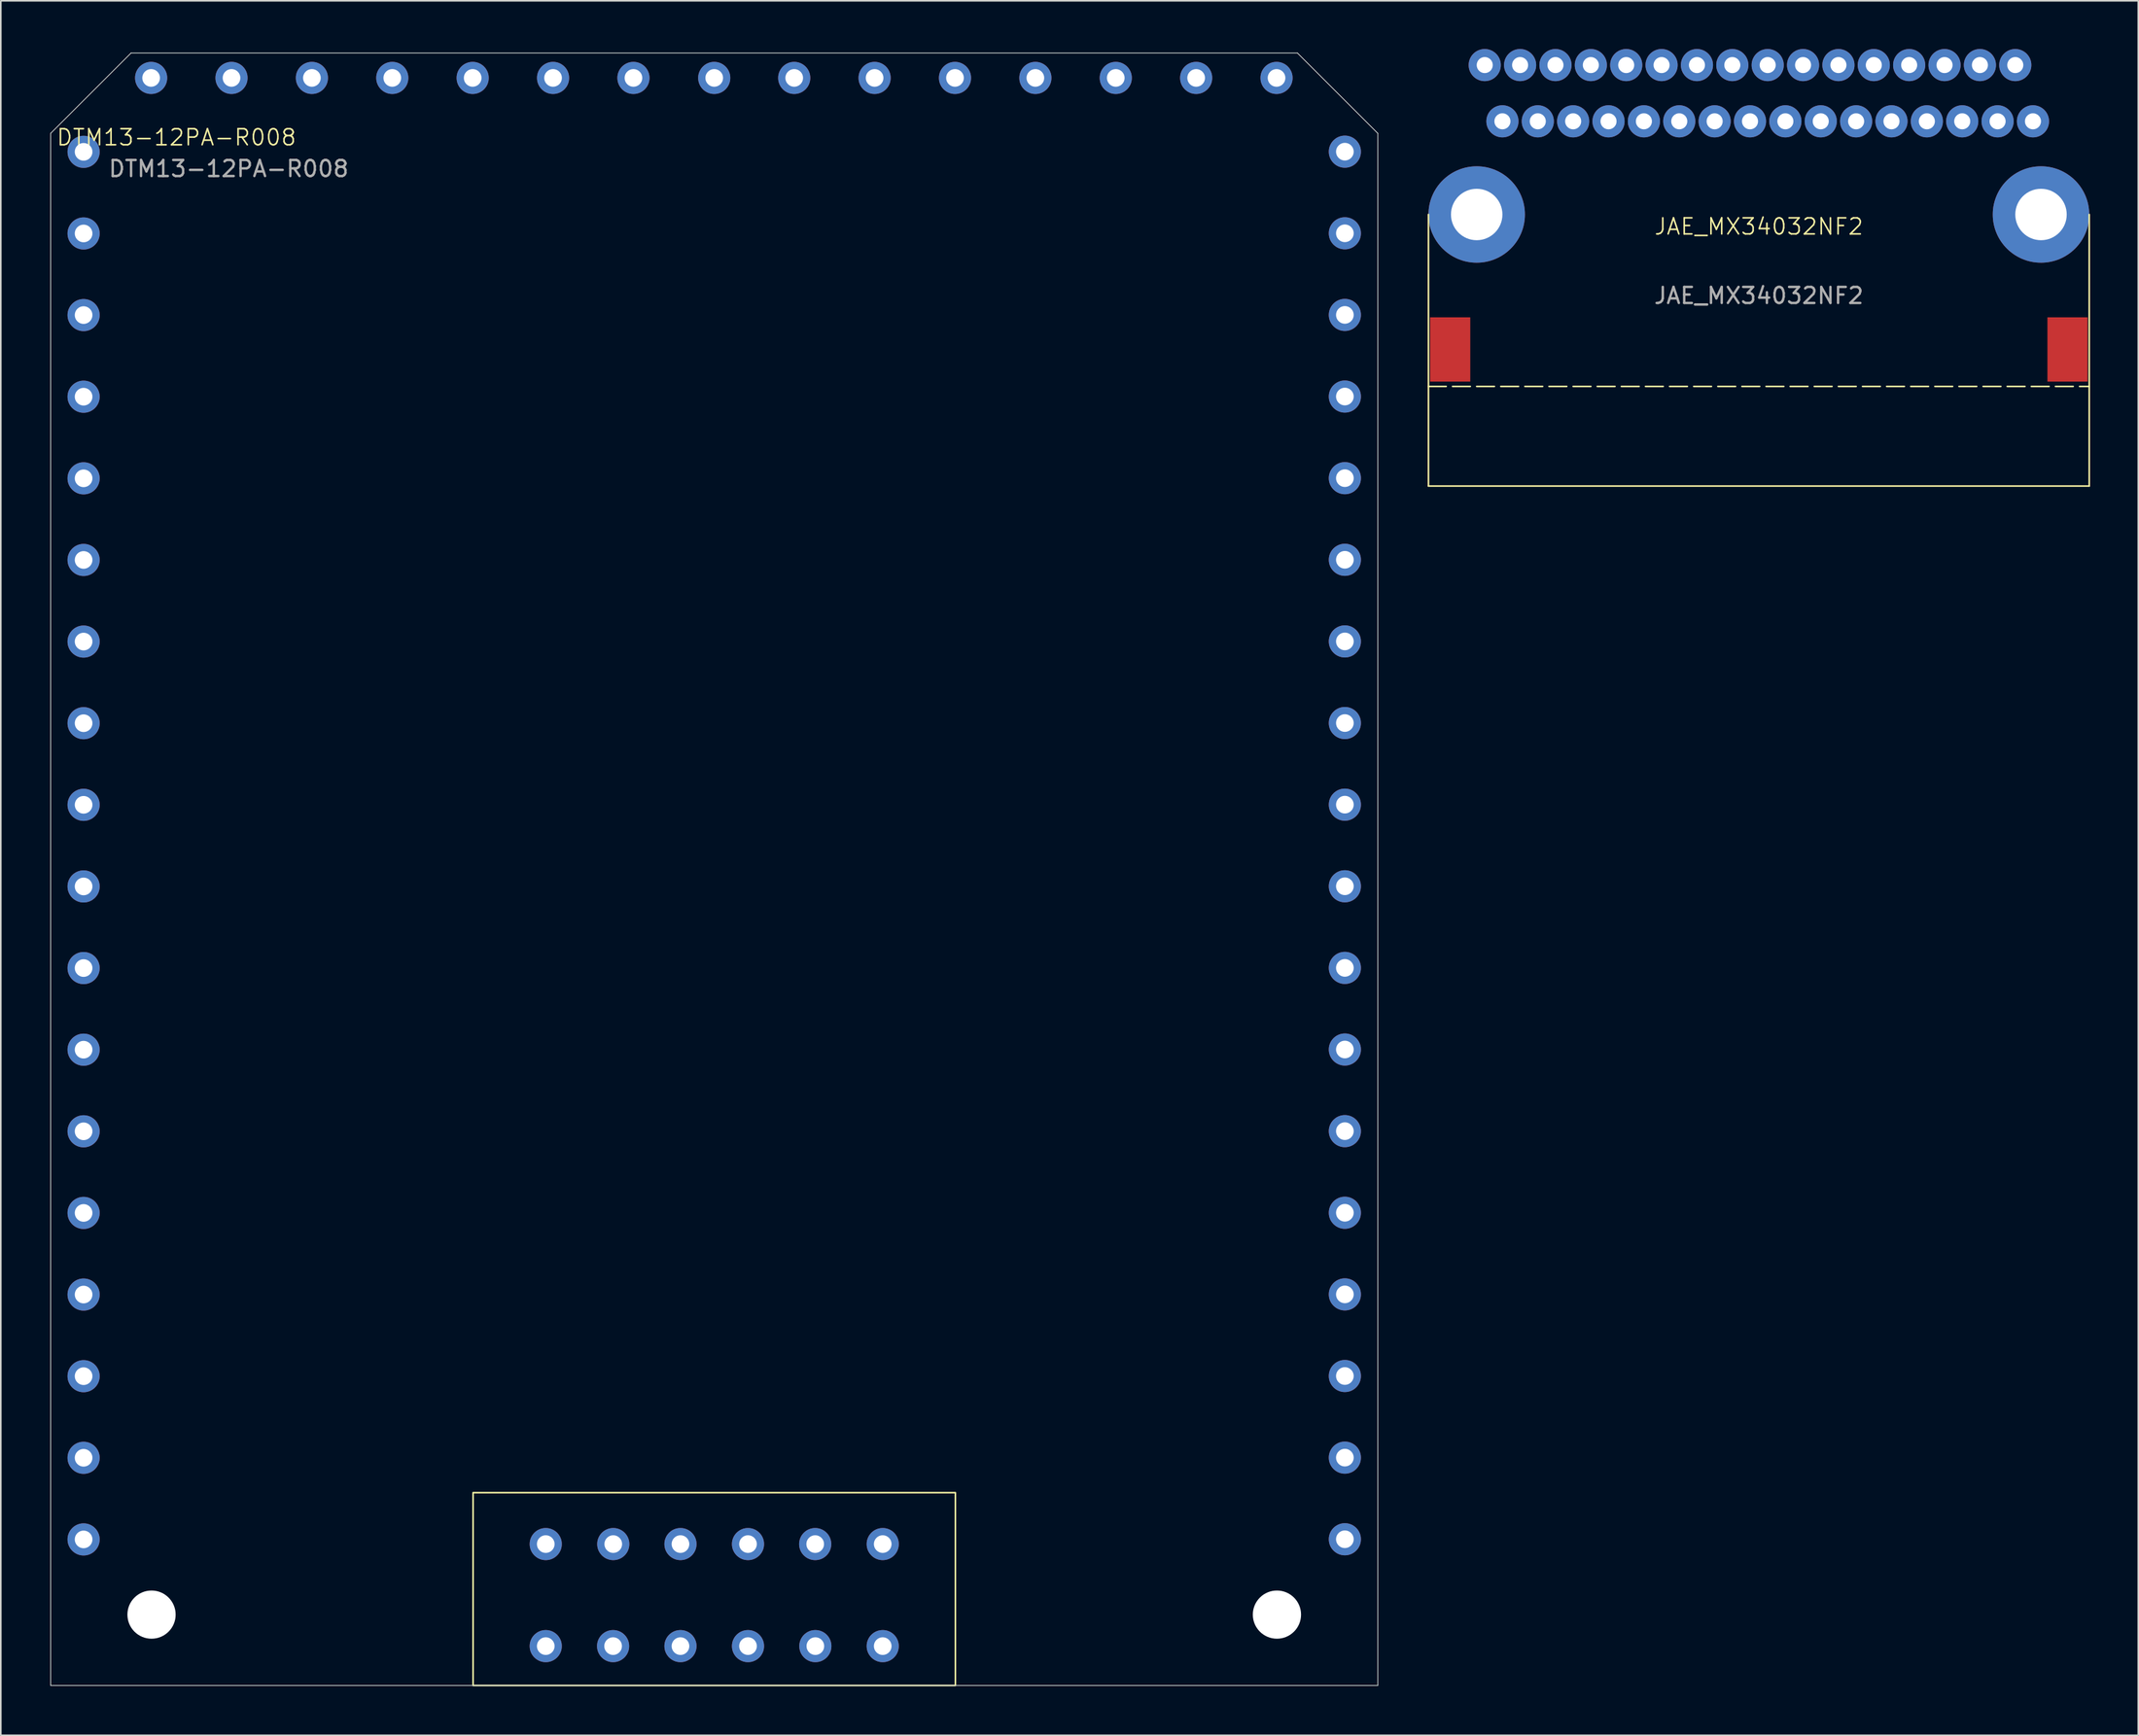
<source format=kicad_pcb>
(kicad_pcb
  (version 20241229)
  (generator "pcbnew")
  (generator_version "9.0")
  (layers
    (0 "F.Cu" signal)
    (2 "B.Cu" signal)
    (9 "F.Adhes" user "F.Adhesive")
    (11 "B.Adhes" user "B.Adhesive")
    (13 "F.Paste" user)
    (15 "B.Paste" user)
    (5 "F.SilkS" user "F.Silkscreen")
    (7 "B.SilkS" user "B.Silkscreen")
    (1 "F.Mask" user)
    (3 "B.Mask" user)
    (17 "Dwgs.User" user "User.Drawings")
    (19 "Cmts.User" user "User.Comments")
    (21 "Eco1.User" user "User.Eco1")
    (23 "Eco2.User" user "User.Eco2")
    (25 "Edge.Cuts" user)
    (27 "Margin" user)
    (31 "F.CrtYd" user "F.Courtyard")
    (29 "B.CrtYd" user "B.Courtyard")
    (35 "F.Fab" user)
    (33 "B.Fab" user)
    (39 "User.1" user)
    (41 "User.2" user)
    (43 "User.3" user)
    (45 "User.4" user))
  (footprint "DTM13-12PA-R008"
    (layer "F.Cu")
    (at 41.375 0.25)
    (property "Reference" "DTM13-12PA-R008" (at -33.45 5.25 0) (unlocked yes) (layer "F.SilkS") (effects (font (size 1 1) (thickness 0.1))))
    (attr through_hole)
    (fp_poly (pts (xy 29.275 101.6) (xy 29.275 92.6) (xy 37.275 92.6) (xy 37.275 3) (xy 7.5 3) (xy 7.5 15) (xy 5 15) (xy 5 3) (xy 1 3) (xy 1 10) (xy -1 10) (xy -1 3) (xy -5 3) (xy -5 15) (xy -7.5 15) (xy -7.5 3) (xy -37.275 3) (xy -37.275 92.6) (xy -29.275 92.6) (xy -29.275 101.6) (xy -41.275 101.6) (xy -41.275 5) (xy -36.275 0) (xy 36.275 0) (xy 41.275 5) (xy 41.275 101.6)) (stroke (width 0.2) (type solid)) (fill yes) (layer "F.Mask"))
    (fp_poly (pts (xy 29.275 101.6) (xy 29.275 92.6) (xy 37.275 92.6) (xy 37.275 3) (xy 7.5 3) (xy 7.5 15) (xy 5 15) (xy 5 3) (xy 1 3) (xy 1 10) (xy -1 10) (xy -1 3) (xy -5 3) (xy -5 15) (xy -7.5 15) (xy -7.5 3) (xy -37.275 3) (xy -37.275 92.6) (xy -29.275 92.6) (xy -29.275 101.6) (xy -41.275 101.6) (xy -41.275 5) (xy -36.275 0) (xy 36.275 0) (xy 41.275 5) (xy 41.275 101.6)) (stroke (width 0.2) (type solid)) (fill yes) (layer "B.Mask"))
    (fp_rect (start -15 89.6) (end 15 101.6) (stroke (width 0.1) (type default)) (fill no) (layer "F.SilkS"))
    (fp_line (start -41.275 5) (end -41.275 101.6) (stroke (width 0.05) (type default)) (layer "Edge.Cuts"))
    (fp_line (start -41.275 5) (end -36.275 0) (stroke (width 0.05) (type default)) (layer "Edge.Cuts"))
    (fp_line (start -41.275 101.6) (end 41.275 101.6) (stroke (width 0.05) (type default)) (layer "Edge.Cuts"))
    (fp_line (start -36.275 0) (end 36.275 0) (stroke (width 0.05) (type default)) (layer "Edge.Cuts"))
    (fp_line (start 41.275 5) (end 36.275 0) (stroke (width 0.05) (type default)) (layer "Edge.Cuts"))
    (fp_line (start 41.275 101.6) (end 41.275 5) (stroke (width 0.05) (type default)) (layer "Edge.Cuts"))
    (fp_text user "${REFERENCE}" (at -30.2 7.2 0) (unlocked yes) (layer "F.Fab") (effects (font (size 1 1) (thickness 0.15))))
    (pad "" np_thru_hole circle (at -35 97.19) (size 3 3) (drill 3) (layers "*.Cu" "*.Mask"))
    (pad "" np_thru_hole circle (at 35 97.19) (size 3 3) (drill 3) (layers "*.Cu" "*.Mask"))
    (pad "1" thru_hole circle (at 10.48 99.15) (size 2 2) (drill 1.1) (layers "*.Cu" "*.Mask"))
    (pad "2" thru_hole circle (at 6.29 99.15) (size 2 2) (drill 1.1) (layers "*.Cu" "*.Mask"))
    (pad "3" thru_hole circle (at 2.1 99.15) (size 2 2) (drill 1.1) (layers "*.Cu" "*.Mask"))
    (pad "4" thru_hole circle (at -2.1 99.15) (size 2 2) (drill 1.1) (layers "*.Cu" "*.Mask"))
    (pad "5" thru_hole circle (at -6.29 99.15) (size 2 2) (drill 1.1) (layers "*.Cu" "*.Mask"))
    (pad "6" thru_hole circle (at -10.48 99.15) (size 2 2) (drill 1.1) (layers "*.Cu" "*.Mask"))
    (pad "7" thru_hole circle (at -10.48 92.8) (size 2 2) (drill 1.1) (layers "*.Cu" "*.Mask"))
    (pad "8" thru_hole circle (at -6.28 92.8) (size 2 2) (drill 1.1) (layers "*.Cu" "*.Mask"))
    (pad "9" thru_hole circle (at -2.1 92.8) (size 2 2) (drill 1.1) (layers "*.Cu" "*.Mask"))
    (pad "10" thru_hole circle (at 2.1 92.8) (size 2 2) (drill 1.1) (layers "*.Cu" "*.Mask"))
    (pad "11" thru_hole circle (at 6.28 92.8) (size 2 2) (drill 1.1) (layers "*.Cu" "*.Mask"))
    (pad "12" thru_hole circle (at 10.48 92.8) (size 2 2) (drill 1.1) (layers "*.Cu" "*.Mask"))
    (pad "13" thru_hole circle (at -39.225 6.15) (size 2 2) (drill 1.1) (layers "*.Cu" "*.Mask"))
    (pad "13" thru_hole circle (at -39.225 11.23) (size 2 2) (drill 1.1) (layers "*.Cu" "*.Mask"))
    (pad "13" thru_hole circle (at -39.225 16.31) (size 2 2) (drill 1.1) (layers "*.Cu" "*.Mask"))
    (pad "13" thru_hole circle (at -39.225 21.39) (size 2 2) (drill 1.1) (layers "*.Cu" "*.Mask"))
    (pad "13" thru_hole circle (at -39.225 26.47) (size 2 2) (drill 1.1) (layers "*.Cu" "*.Mask"))
    (pad "13" thru_hole circle (at -39.225 31.55) (size 2 2) (drill 1.1) (layers "*.Cu" "*.Mask"))
    (pad "13" thru_hole circle (at -39.225 36.63) (size 2 2) (drill 1.1) (layers "*.Cu" "*.Mask"))
    (pad "13" thru_hole circle (at -39.225 41.71) (size 2 2) (drill 1.1) (layers "*.Cu" "*.Mask"))
    (pad "13" thru_hole circle (at -39.225 46.79) (size 2 2) (drill 1.1) (layers "*.Cu" "*.Mask"))
    (pad "13" thru_hole circle (at -39.225 51.87) (size 2 2) (drill 1.1) (layers "*.Cu" "*.Mask"))
    (pad "13" thru_hole circle (at -39.225 56.95) (size 2 2) (drill 1.1) (layers "*.Cu" "*.Mask"))
    (pad "13" thru_hole circle (at -39.225 62.03) (size 2 2) (drill 1.1) (layers "*.Cu" "*.Mask"))
    (pad "13" thru_hole circle (at -39.225 67.11) (size 2 2) (drill 1.1) (layers "*.Cu" "*.Mask"))
    (pad "13" thru_hole circle (at -39.225 72.19) (size 2 2) (drill 1.1) (layers "*.Cu" "*.Mask"))
    (pad "13" thru_hole circle (at -39.225 77.27) (size 2 2) (drill 1.1) (layers "*.Cu" "*.Mask"))
    (pad "13" thru_hole circle (at -39.225 82.35) (size 2 2) (drill 1.1) (layers "*.Cu" "*.Mask"))
    (pad "13" thru_hole circle (at -39.225 87.43) (size 2 2) (drill 1.1) (layers "*.Cu" "*.Mask"))
    (pad "13" thru_hole circle (at -39.225 92.51) (size 2 2) (drill 1.1) (layers "*.Cu" "*.Mask"))
    (pad "13" thru_hole circle (at -35.025 1.55 90) (size 2 2) (drill 1.1) (layers "*.Cu" "*.Mask"))
    (pad "13" thru_hole circle (at -30.025 1.55 90) (size 2 2) (drill 1.1) (layers "*.Cu" "*.Mask"))
    (pad "13" thru_hole circle (at -25.025 1.55 90) (size 2 2) (drill 1.1) (layers "*.Cu" "*.Mask"))
    (pad "13" thru_hole circle (at -20.025 1.55 90) (size 2 2) (drill 1.1) (layers "*.Cu" "*.Mask"))
    (pad "13" thru_hole circle (at -15.025 1.55 90) (size 2 2) (drill 1.1) (layers "*.Cu" "*.Mask"))
    (pad "13" thru_hole circle (at -10.025 1.55 90) (size 2 2) (drill 1.1) (layers "*.Cu" "*.Mask"))
    (pad "13" thru_hole circle (at -5.025 1.55 90) (size 2 2) (drill 1.1) (layers "*.Cu" "*.Mask"))
    (pad "13" thru_hole circle (at 0 1.55 90) (size 2 2) (drill 1.1) (layers "*.Cu" "*.Mask"))
    (pad "13" thru_hole circle (at 4.975 1.55 90) (size 2 2) (drill 1.1) (layers "*.Cu" "*.Mask"))
    (pad "13" thru_hole circle (at 9.975 1.55 90) (size 2 2) (drill 1.1) (layers "*.Cu" "*.Mask"))
    (pad "13" thru_hole circle (at 14.975 1.55 90) (size 2 2) (drill 1.1) (layers "*.Cu" "*.Mask"))
    (pad "13" thru_hole circle (at 19.975 1.55 90) (size 2 2) (drill 1.1) (layers "*.Cu" "*.Mask"))
    (pad "13" thru_hole circle (at 24.975 1.55 90) (size 2 2) (drill 1.1) (layers "*.Cu" "*.Mask"))
    (pad "13" thru_hole circle (at 29.975 1.55 90) (size 2 2) (drill 1.1) (layers "*.Cu" "*.Mask"))
    (pad "13" thru_hole circle (at 34.975 1.55 90) (size 2 2) (drill 1.1) (layers "*.Cu" "*.Mask"))
    (pad "13" thru_hole circle (at 39.225 6.14) (size 2 2) (drill 1.1) (layers "*.Cu" "*.Mask"))
    (pad "13" thru_hole circle (at 39.225 11.22) (size 2 2) (drill 1.1) (layers "*.Cu" "*.Mask"))
    (pad "13" thru_hole circle (at 39.225 16.3) (size 2 2) (drill 1.1) (layers "*.Cu" "*.Mask"))
    (pad "13" thru_hole circle (at 39.225 21.38) (size 2 2) (drill 1.1) (layers "*.Cu" "*.Mask"))
    (pad "13" thru_hole circle (at 39.225 26.46) (size 2 2) (drill 1.1) (layers "*.Cu" "*.Mask"))
    (pad "13" thru_hole circle (at 39.225 31.54) (size 2 2) (drill 1.1) (layers "*.Cu" "*.Mask"))
    (pad "13" thru_hole circle (at 39.225 36.62) (size 2 2) (drill 1.1) (layers "*.Cu" "*.Mask"))
    (pad "13" thru_hole circle (at 39.225 41.7) (size 2 2) (drill 1.1) (layers "*.Cu" "*.Mask"))
    (pad "13" thru_hole circle (at 39.225 46.78) (size 2 2) (drill 1.1) (layers "*.Cu" "*.Mask"))
    (pad "13" thru_hole circle (at 39.225 51.86) (size 2 2) (drill 1.1) (layers "*.Cu" "*.Mask"))
    (pad "13" thru_hole circle (at 39.225 56.94) (size 2 2) (drill 1.1) (layers "*.Cu" "*.Mask"))
    (pad "13" thru_hole circle (at 39.225 62.02) (size 2 2) (drill 1.1) (layers "*.Cu" "*.Mask"))
    (pad "13" thru_hole circle (at 39.225 67.1) (size 2 2) (drill 1.1) (layers "*.Cu" "*.Mask"))
    (pad "13" thru_hole circle (at 39.225 72.18) (size 2 2) (drill 1.1) (layers "*.Cu" "*.Mask"))
    (pad "13" thru_hole circle (at 39.225 77.26) (size 2 2) (drill 1.1) (layers "*.Cu" "*.Mask"))
    (pad "13" thru_hole circle (at 39.225 82.34) (size 2 2) (drill 1.1) (layers "*.Cu" "*.Mask"))
    (pad "13" thru_hole circle (at 39.225 87.42) (size 2 2) (drill 1.1) (layers "*.Cu" "*.Mask"))
    (pad "13" thru_hole circle (at 39.225 92.5) (size 2 2) (drill 1.1) (layers "*.Cu" "*.Mask")))
  (footprint "JAE_MX34032NF2"
    (layer "F.Cu")
    (at 106.35 10.3)
    (property "Reference" "JAE_MX34032NF2" (at 0 0.75 0) (unlocked yes) (layer "F.SilkS") (effects (font (size 1 1) (thickness 0.1))))
    (attr through_hole)
    (fp_line (start -20.55 10.7) (end -20.55 0) (stroke (width 0.1) (type default)) (layer "F.SilkS"))
    (fp_line (start -20.55 10.7) (end -20.55 16.9) (stroke (width 0.1) (type default)) (layer "F.SilkS"))
    (fp_line (start -20.55 10.7) (end 20.55 10.7) (stroke (width 0.1) (type dash)) (layer "F.SilkS"))
    (fp_line (start -20.55 16.9) (end 20.55 16.9) (stroke (width 0.1) (type default)) (layer "F.SilkS"))
    (fp_line (start 20.55 10.7) (end 20.55 0) (stroke (width 0.1) (type default)) (layer "F.SilkS"))
    (fp_line (start 20.55 10.7) (end 20.55 16.9) (stroke (width 0.1) (type default)) (layer "F.SilkS"))
    (fp_text user "${REFERENCE}" (at 0 5.05 0) (unlocked yes) (layer "F.Fab") (effects (font (size 1 1) (thickness 0.15))))
    (pad "" smd rect (at -19.2 8.4) (size 2.5 4) (layers "F.Cu" "F.Mask" "F.Paste"))
    (pad "" np_thru_hole circle (at -17.55 0) (size 6 6) (drill 3.2) (layers "*.Cu" "*.Mask"))
    (pad "" np_thru_hole circle (at 17.55 0) (size 6 6) (drill 3.2) (layers "*.Cu" "*.Mask"))
    (pad "" smd rect (at 19.2 8.4) (size 2.5 4) (layers "F.Cu" "F.Mask" "F.Paste"))
    (pad "1" thru_hole circle (at 15.95 -9.3) (size 2 2) (drill 1) (layers "*.Cu" "*.Mask"))
    (pad "2" thru_hole circle (at 13.75 -9.3) (size 2 2) (drill 1) (layers "*.Cu" "*.Mask"))
    (pad "3" thru_hole circle (at 11.55 -9.3) (size 2 2) (drill 1) (layers "*.Cu" "*.Mask"))
    (pad "4" thru_hole circle (at 9.35 -9.3) (size 2 2) (drill 1) (layers "*.Cu" "*.Mask"))
    (pad "5" thru_hole circle (at 7.15 -9.3) (size 2 2) (drill 1) (layers "*.Cu" "*.Mask"))
    (pad "6" thru_hole circle (at 4.95 -9.3) (size 2 2) (drill 1) (layers "*.Cu" "*.Mask"))
    (pad "7" thru_hole circle (at 2.75 -9.3) (size 2 2) (drill 1) (layers "*.Cu" "*.Mask"))
    (pad "8" thru_hole circle (at 0.55 -9.3) (size 2 2) (drill 1) (layers "*.Cu" "*.Mask"))
    (pad "9" thru_hole circle (at -1.65 -9.3) (size 2 2) (drill 1) (layers "*.Cu" "*.Mask"))
    (pad "10" thru_hole circle (at -3.85 -9.3) (size 2 2) (drill 1) (layers "*.Cu" "*.Mask"))
    (pad "11" thru_hole circle (at -6.05 -9.3) (size 2 2) (drill 1) (layers "*.Cu" "*.Mask"))
    (pad "12" thru_hole circle (at -8.25 -9.3) (size 2 2) (drill 1) (layers "*.Cu" "*.Mask"))
    (pad "13" thru_hole circle (at -10.45 -9.3) (size 2 2) (drill 1) (layers "*.Cu" "*.Mask"))
    (pad "14" thru_hole circle (at -12.65 -9.3) (size 2 2) (drill 1) (layers "*.Cu" "*.Mask"))
    (pad "15" thru_hole circle (at -14.85 -9.3) (size 2 2) (drill 1) (layers "*.Cu" "*.Mask"))
    (pad "16" thru_hole circle (at -17.05 -9.3) (size 2 2) (drill 1) (layers "*.Cu" "*.Mask"))
    (pad "17" thru_hole circle (at 17.05 -5.8) (size 2 2) (drill 1) (layers "*.Cu" "*.Mask"))
    (pad "18" thru_hole circle (at 14.85 -5.8) (size 2 2) (drill 1) (layers "*.Cu" "*.Mask"))
    (pad "19" thru_hole circle (at 12.65 -5.8) (size 2 2) (drill 1) (layers "*.Cu" "*.Mask"))
    (pad "20" thru_hole circle (at 10.45 -5.8) (size 2 2) (drill 1) (layers "*.Cu" "*.Mask"))
    (pad "21" thru_hole circle (at 8.25 -5.8) (size 2 2) (drill 1) (layers "*.Cu" "*.Mask"))
    (pad "22" thru_hole circle (at 6.05 -5.8) (size 2 2) (drill 1) (layers "*.Cu" "*.Mask"))
    (pad "23" thru_hole circle (at 3.85 -5.8) (size 2 2) (drill 1) (layers "*.Cu" "*.Mask"))
    (pad "24" thru_hole circle (at 1.65 -5.8) (size 2 2) (drill 1) (layers "*.Cu" "*.Mask"))
    (pad "25" thru_hole circle (at -0.55 -5.8) (size 2 2) (drill 1) (layers "*.Cu" "*.Mask"))
    (pad "26" thru_hole circle (at -2.75 -5.8) (size 2 2) (drill 1) (layers "*.Cu" "*.Mask"))
    (pad "27" thru_hole circle (at -4.95 -5.8) (size 2 2) (drill 1) (layers "*.Cu" "*.Mask"))
    (pad "28" thru_hole circle (at -7.15 -5.8) (size 2 2) (drill 1) (layers "*.Cu" "*.Mask"))
    (pad "29" thru_hole circle (at -9.35 -5.8) (size 2 2) (drill 1) (layers "*.Cu" "*.Mask"))
    (pad "30" thru_hole circle (at -11.55 -5.8) (size 2 2) (drill 1) (layers "*.Cu" "*.Mask"))
    (pad "31" thru_hole circle (at -13.75 -5.8) (size 2 2) (drill 1) (layers "*.Cu" "*.Mask"))
    (pad "32" thru_hole circle (at -15.95 -5.8) (size 2 2) (drill 1) (layers "*.Cu" "*.Mask")))
  (gr_rect
    (start -3 -3)
    (end 129.95 104.95)
    (stroke (width 0.1) (type default))
    (fill no)
    (layer "Edge.Cuts")))
</source>
